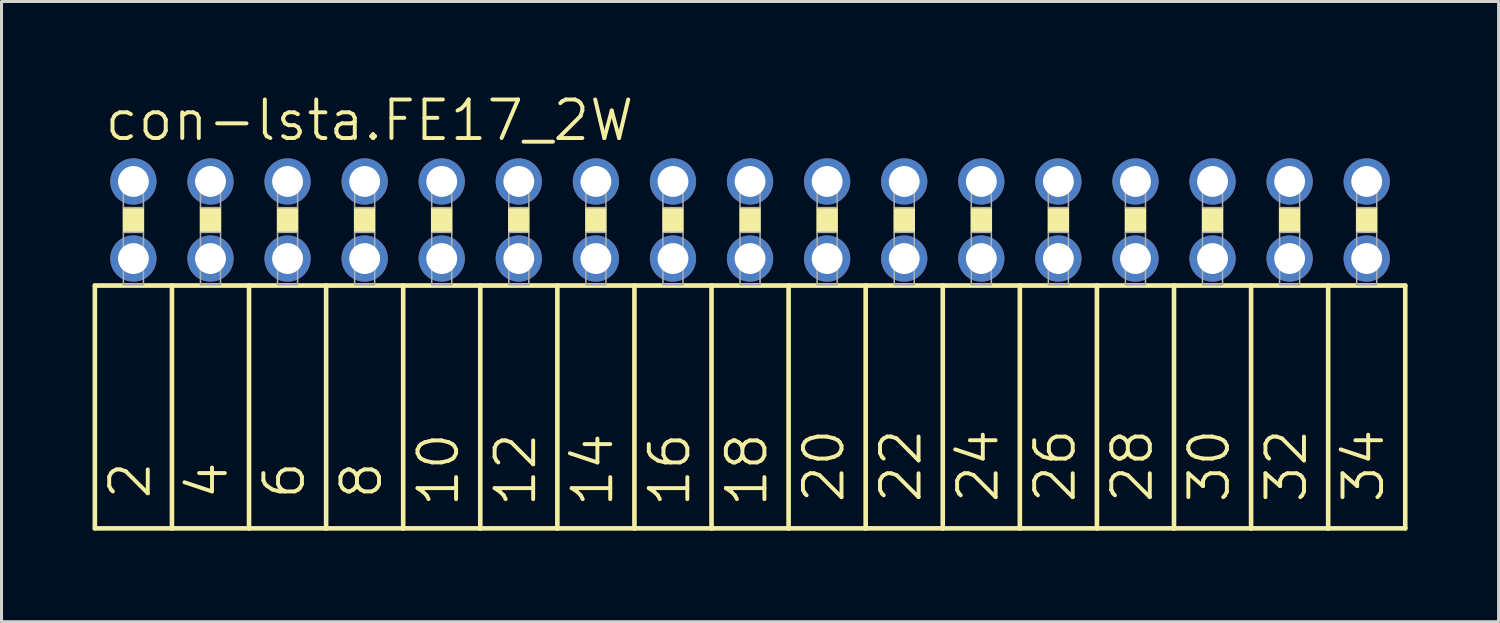
<source format=kicad_pcb>
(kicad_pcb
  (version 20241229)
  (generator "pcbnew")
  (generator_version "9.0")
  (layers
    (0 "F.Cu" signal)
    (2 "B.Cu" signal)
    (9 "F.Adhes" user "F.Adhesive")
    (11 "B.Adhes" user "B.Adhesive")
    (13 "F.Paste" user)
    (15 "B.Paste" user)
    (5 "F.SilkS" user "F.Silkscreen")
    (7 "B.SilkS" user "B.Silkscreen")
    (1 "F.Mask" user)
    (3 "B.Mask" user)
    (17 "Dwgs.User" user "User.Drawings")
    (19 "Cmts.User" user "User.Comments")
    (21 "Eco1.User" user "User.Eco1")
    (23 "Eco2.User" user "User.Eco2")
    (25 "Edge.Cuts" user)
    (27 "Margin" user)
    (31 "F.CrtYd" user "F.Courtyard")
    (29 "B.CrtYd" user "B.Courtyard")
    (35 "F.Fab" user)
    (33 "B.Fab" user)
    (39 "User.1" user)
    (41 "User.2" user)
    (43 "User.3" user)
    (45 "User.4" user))
  (footprint "con-lsta.FE17_2W"
    (layer "F.Cu")
    (at 21.666 4.2)
    (property "Reference" "con-lsta.FE17_2W" (at -21.336 -2.54 0) (layer "F.SilkS") (effects (font (size 1.27 1.27) (thickness 0.13)) (justify left bottom)))
    (attr through_hole)
    (fp_line (start -21.59 2.159) (end -21.59 10.16) (stroke (width 0.152) (type default)) (layer "F.SilkS"))
    (fp_line (start -21.59 2.159) (end -19.05 2.159) (stroke (width 0.152) (type default)) (layer "F.SilkS"))
    (fp_line (start -19.05 2.159) (end -19.05 10.16) (stroke (width 0.152) (type default)) (layer "F.SilkS"))
    (fp_line (start -19.05 2.159) (end -16.51 2.159) (stroke (width 0.152) (type default)) (layer "F.SilkS"))
    (fp_line (start -19.05 10.16) (end -21.59 10.16) (stroke (width 0.152) (type default)) (layer "F.SilkS"))
    (fp_line (start -16.51 2.159) (end -16.51 10.16) (stroke (width 0.152) (type default)) (layer "F.SilkS"))
    (fp_line (start -16.51 2.159) (end -13.97 2.159) (stroke (width 0.152) (type default)) (layer "F.SilkS"))
    (fp_line (start -16.51 10.16) (end -19.05 10.16) (stroke (width 0.152) (type default)) (layer "F.SilkS"))
    (fp_line (start -13.97 2.159) (end -13.97 10.16) (stroke (width 0.152) (type default)) (layer "F.SilkS"))
    (fp_line (start -13.97 10.16) (end -16.51 10.16) (stroke (width 0.152) (type default)) (layer "F.SilkS"))
    (fp_line (start -11.43 2.159) (end -13.97 2.159) (stroke (width 0.152) (type default)) (layer "F.SilkS"))
    (fp_line (start -11.43 2.159) (end -11.43 10.16) (stroke (width 0.152) (type default)) (layer "F.SilkS"))
    (fp_line (start -11.43 2.159) (end -8.89 2.159) (stroke (width 0.152) (type default)) (layer "F.SilkS"))
    (fp_line (start -11.43 10.16) (end -13.97 10.16) (stroke (width 0.152) (type default)) (layer "F.SilkS"))
    (fp_line (start -8.89 2.159) (end -8.89 10.16) (stroke (width 0.152) (type default)) (layer "F.SilkS"))
    (fp_line (start -8.89 2.159) (end -6.35 2.159) (stroke (width 0.152) (type default)) (layer "F.SilkS"))
    (fp_line (start -8.89 10.16) (end -11.43 10.16) (stroke (width 0.152) (type default)) (layer "F.SilkS"))
    (fp_line (start -6.35 2.159) (end -6.35 10.16) (stroke (width 0.152) (type default)) (layer "F.SilkS"))
    (fp_line (start -6.35 2.159) (end -3.81 2.159) (stroke (width 0.152) (type default)) (layer "F.SilkS"))
    (fp_line (start -6.35 10.16) (end -8.89 10.16) (stroke (width 0.152) (type default)) (layer "F.SilkS"))
    (fp_line (start -3.81 2.159) (end -3.81 10.16) (stroke (width 0.152) (type default)) (layer "F.SilkS"))
    (fp_line (start -3.81 2.159) (end -1.27 2.159) (stroke (width 0.152) (type default)) (layer "F.SilkS"))
    (fp_line (start -3.81 10.16) (end -6.35 10.16) (stroke (width 0.152) (type default)) (layer "F.SilkS"))
    (fp_line (start -1.27 2.159) (end -1.27 10.16) (stroke (width 0.152) (type default)) (layer "F.SilkS"))
    (fp_line (start -1.27 10.16) (end -3.81 10.16) (stroke (width 0.152) (type default)) (layer "F.SilkS"))
    (fp_line (start 1.27 2.159) (end -1.27 2.159) (stroke (width 0.152) (type default)) (layer "F.SilkS"))
    (fp_line (start 1.27 2.159) (end 1.27 10.16) (stroke (width 0.152) (type default)) (layer "F.SilkS"))
    (fp_line (start 1.27 2.159) (end 3.81 2.159) (stroke (width 0.152) (type default)) (layer "F.SilkS"))
    (fp_line (start 1.27 10.16) (end -1.27 10.16) (stroke (width 0.152) (type default)) (layer "F.SilkS"))
    (fp_line (start 3.81 2.159) (end 3.81 10.16) (stroke (width 0.152) (type default)) (layer "F.SilkS"))
    (fp_line (start 3.81 2.159) (end 6.35 2.159) (stroke (width 0.152) (type default)) (layer "F.SilkS"))
    (fp_line (start 3.81 10.16) (end 1.27 10.16) (stroke (width 0.152) (type default)) (layer "F.SilkS"))
    (fp_line (start 6.35 2.159) (end 6.35 10.16) (stroke (width 0.152) (type default)) (layer "F.SilkS"))
    (fp_line (start 6.35 2.159) (end 8.89 2.159) (stroke (width 0.152) (type default)) (layer "F.SilkS"))
    (fp_line (start 6.35 10.16) (end 3.81 10.16) (stroke (width 0.152) (type default)) (layer "F.SilkS"))
    (fp_line (start 8.89 2.159) (end 8.89 10.16) (stroke (width 0.152) (type default)) (layer "F.SilkS"))
    (fp_line (start 8.89 2.159) (end 11.43 2.159) (stroke (width 0.152) (type default)) (layer "F.SilkS"))
    (fp_line (start 8.89 10.16) (end 6.35 10.16) (stroke (width 0.152) (type default)) (layer "F.SilkS"))
    (fp_line (start 11.43 2.159) (end 11.43 10.16) (stroke (width 0.152) (type default)) (layer "F.SilkS"))
    (fp_line (start 11.43 10.16) (end 8.89 10.16) (stroke (width 0.152) (type default)) (layer "F.SilkS"))
    (fp_line (start 13.97 2.159) (end 11.43 2.159) (stroke (width 0.152) (type default)) (layer "F.SilkS"))
    (fp_line (start 13.97 2.159) (end 13.97 10.16) (stroke (width 0.152) (type default)) (layer "F.SilkS"))
    (fp_line (start 13.97 2.159) (end 16.51 2.159) (stroke (width 0.152) (type default)) (layer "F.SilkS"))
    (fp_line (start 13.97 10.16) (end 11.43 10.16) (stroke (width 0.152) (type default)) (layer "F.SilkS"))
    (fp_line (start 16.51 2.159) (end 16.51 10.16) (stroke (width 0.152) (type default)) (layer "F.SilkS"))
    (fp_line (start 16.51 2.159) (end 19.05 2.159) (stroke (width 0.152) (type default)) (layer "F.SilkS"))
    (fp_line (start 16.51 10.16) (end 13.97 10.16) (stroke (width 0.152) (type default)) (layer "F.SilkS"))
    (fp_line (start 19.05 2.159) (end 19.05 10.16) (stroke (width 0.152) (type default)) (layer "F.SilkS"))
    (fp_line (start 19.05 2.159) (end 21.59 2.159) (stroke (width 0.152) (type default)) (layer "F.SilkS"))
    (fp_line (start 19.05 10.16) (end 16.51 10.16) (stroke (width 0.152) (type default)) (layer "F.SilkS"))
    (fp_line (start 21.59 2.159) (end 21.59 10.16) (stroke (width 0.152) (type default)) (layer "F.SilkS"))
    (fp_line (start 21.59 10.16) (end 19.05 10.16) (stroke (width 0.152) (type default)) (layer "F.SilkS"))
    (fp_rect (start -20.65 0.406) (end -19.99 -0.406) (stroke (width 0.05) (type default)) (fill yes) (layer "F.SilkS"))
    (fp_rect (start -18.11 0.406) (end -17.45 -0.406) (stroke (width 0.05) (type default)) (fill yes) (layer "F.SilkS"))
    (fp_rect (start -15.57 0.406) (end -14.91 -0.406) (stroke (width 0.05) (type default)) (fill yes) (layer "F.SilkS"))
    (fp_rect (start -13.03 0.406) (end -12.37 -0.406) (stroke (width 0.05) (type default)) (fill yes) (layer "F.SilkS"))
    (fp_rect (start -10.49 0.406) (end -9.83 -0.406) (stroke (width 0.05) (type default)) (fill yes) (layer "F.SilkS"))
    (fp_rect (start -7.95 0.406) (end -7.29 -0.406) (stroke (width 0.05) (type default)) (fill yes) (layer "F.SilkS"))
    (fp_rect (start -5.41 0.406) (end -4.75 -0.406) (stroke (width 0.05) (type default)) (fill yes) (layer "F.SilkS"))
    (fp_rect (start -2.87 0.406) (end -2.21 -0.406) (stroke (width 0.05) (type default)) (fill yes) (layer "F.SilkS"))
    (fp_rect (start -0.33 0.406) (end 0.33 -0.406) (stroke (width 0.05) (type default)) (fill yes) (layer "F.SilkS"))
    (fp_rect (start 2.21 0.406) (end 2.87 -0.406) (stroke (width 0.05) (type default)) (fill yes) (layer "F.SilkS"))
    (fp_rect (start 4.75 0.406) (end 5.41 -0.406) (stroke (width 0.05) (type default)) (fill yes) (layer "F.SilkS"))
    (fp_rect (start 7.29 0.406) (end 7.95 -0.406) (stroke (width 0.05) (type default)) (fill yes) (layer "F.SilkS"))
    (fp_rect (start 9.83 0.406) (end 10.49 -0.406) (stroke (width 0.05) (type default)) (fill yes) (layer "F.SilkS"))
    (fp_rect (start 12.37 0.406) (end 13.03 -0.406) (stroke (width 0.05) (type default)) (fill yes) (layer "F.SilkS"))
    (fp_rect (start 14.91 0.406) (end 15.57 -0.406) (stroke (width 0.05) (type default)) (fill yes) (layer "F.SilkS"))
    (fp_rect (start 17.45 0.406) (end 18.11 -0.406) (stroke (width 0.05) (type default)) (fill yes) (layer "F.SilkS"))
    (fp_rect (start 19.99 0.406) (end 20.65 -0.406) (stroke (width 0.05) (type default)) (fill yes) (layer "F.SilkS"))
    (fp_rect (start -20.65 -0.406) (end -19.99 -1.575) (stroke (width 0.05) (type default)) (fill no) (layer "F.Fab"))
    (fp_rect (start -20.65 2.134) (end -19.99 0.406) (stroke (width 0.05) (type default)) (fill no) (layer "F.Fab"))
    (fp_rect (start -18.11 -0.406) (end -17.45 -1.575) (stroke (width 0.05) (type default)) (fill no) (layer "F.Fab"))
    (fp_rect (start -18.11 2.134) (end -17.45 0.406) (stroke (width 0.05) (type default)) (fill no) (layer "F.Fab"))
    (fp_rect (start -15.57 -0.406) (end -14.91 -1.575) (stroke (width 0.05) (type default)) (fill no) (layer "F.Fab"))
    (fp_rect (start -15.57 2.134) (end -14.91 0.406) (stroke (width 0.05) (type default)) (fill no) (layer "F.Fab"))
    (fp_rect (start -13.03 -0.406) (end -12.37 -1.575) (stroke (width 0.05) (type default)) (fill no) (layer "F.Fab"))
    (fp_rect (start -13.03 2.134) (end -12.37 0.406) (stroke (width 0.05) (type default)) (fill no) (layer "F.Fab"))
    (fp_rect (start -10.49 -0.406) (end -9.83 -1.575) (stroke (width 0.05) (type default)) (fill no) (layer "F.Fab"))
    (fp_rect (start -10.49 2.134) (end -9.83 0.406) (stroke (width 0.05) (type default)) (fill no) (layer "F.Fab"))
    (fp_rect (start -7.95 -0.406) (end -7.29 -1.575) (stroke (width 0.05) (type default)) (fill no) (layer "F.Fab"))
    (fp_rect (start -7.95 2.134) (end -7.29 0.406) (stroke (width 0.05) (type default)) (fill no) (layer "F.Fab"))
    (fp_rect (start -5.41 -0.406) (end -4.75 -1.575) (stroke (width 0.05) (type default)) (fill no) (layer "F.Fab"))
    (fp_rect (start -5.41 2.134) (end -4.75 0.406) (stroke (width 0.05) (type default)) (fill no) (layer "F.Fab"))
    (fp_rect (start -2.87 -0.406) (end -2.21 -1.575) (stroke (width 0.05) (type default)) (fill no) (layer "F.Fab"))
    (fp_rect (start -2.87 2.134) (end -2.21 0.406) (stroke (width 0.05) (type default)) (fill no) (layer "F.Fab"))
    (fp_rect (start -0.33 -0.406) (end 0.33 -1.575) (stroke (width 0.05) (type default)) (fill no) (layer "F.Fab"))
    (fp_rect (start -0.33 2.134) (end 0.33 0.406) (stroke (width 0.05) (type default)) (fill no) (layer "F.Fab"))
    (fp_rect (start 2.21 -0.406) (end 2.87 -1.575) (stroke (width 0.05) (type default)) (fill no) (layer "F.Fab"))
    (fp_rect (start 2.21 2.134) (end 2.87 0.406) (stroke (width 0.05) (type default)) (fill no) (layer "F.Fab"))
    (fp_rect (start 4.75 -0.406) (end 5.41 -1.575) (stroke (width 0.05) (type default)) (fill no) (layer "F.Fab"))
    (fp_rect (start 4.75 2.134) (end 5.41 0.406) (stroke (width 0.05) (type default)) (fill no) (layer "F.Fab"))
    (fp_rect (start 7.29 -0.406) (end 7.95 -1.575) (stroke (width 0.05) (type default)) (fill no) (layer "F.Fab"))
    (fp_rect (start 7.29 2.134) (end 7.95 0.406) (stroke (width 0.05) (type default)) (fill no) (layer "F.Fab"))
    (fp_rect (start 9.83 -0.406) (end 10.49 -1.575) (stroke (width 0.05) (type default)) (fill no) (layer "F.Fab"))
    (fp_rect (start 9.83 2.134) (end 10.49 0.406) (stroke (width 0.05) (type default)) (fill no) (layer "F.Fab"))
    (fp_rect (start 12.37 -0.406) (end 13.03 -1.575) (stroke (width 0.05) (type default)) (fill no) (layer "F.Fab"))
    (fp_rect (start 12.37 2.134) (end 13.03 0.406) (stroke (width 0.05) (type default)) (fill no) (layer "F.Fab"))
    (fp_rect (start 14.91 -0.406) (end 15.57 -1.575) (stroke (width 0.05) (type default)) (fill no) (layer "F.Fab"))
    (fp_rect (start 14.91 2.134) (end 15.57 0.406) (stroke (width 0.05) (type default)) (fill no) (layer "F.Fab"))
    (fp_rect (start 17.45 -0.406) (end 18.11 -1.575) (stroke (width 0.05) (type default)) (fill no) (layer "F.Fab"))
    (fp_rect (start 17.45 2.134) (end 18.11 0.406) (stroke (width 0.05) (type default)) (fill no) (layer "F.Fab"))
    (fp_rect (start 19.99 -0.406) (end 20.65 -1.575) (stroke (width 0.05) (type default)) (fill no) (layer "F.Fab"))
    (fp_rect (start 19.99 2.134) (end 20.65 0.406) (stroke (width 0.05) (type default)) (fill no) (layer "F.Fab"))
    (fp_text user "6" (at -14.605 9.271 90) (layer "F.SilkS") (effects (font (size 1.27 1.27) (thickness 0.13)) (justify left bottom)))
    (fp_text user "14" (at -4.445 9.525 90) (layer "F.SilkS") (effects (font (size 1.27 1.27) (thickness 0.13)) (justify left bottom)))
    (fp_text user "18" (at 0.635 9.525 90) (layer "F.SilkS") (effects (font (size 1.27 1.27) (thickness 0.13)) (justify left bottom)))
    (fp_text user "4" (at -17.145 9.271 90) (layer "F.SilkS") (effects (font (size 1.27 1.27) (thickness 0.13)) (justify left bottom)))
    (fp_text user "8" (at -12.065 9.271 90) (layer "F.SilkS") (effects (font (size 1.27 1.27) (thickness 0.13)) (justify left bottom)))
    (fp_text user "30" (at 15.875 9.398 90) (layer "F.SilkS") (effects (font (size 1.27 1.27) (thickness 0.13)) (justify left bottom)))
    (fp_text user "16" (at -1.905 9.525 90) (layer "F.SilkS") (effects (font (size 1.27 1.27) (thickness 0.13)) (justify left bottom)))
    (fp_text user "2" (at -19.685 9.271 90) (layer "F.SilkS") (effects (font (size 1.27 1.27) (thickness 0.13)) (justify left bottom)))
    (fp_text user "12" (at -6.985 9.525 90) (layer "F.SilkS") (effects (font (size 1.27 1.27) (thickness 0.13)) (justify left bottom)))
    (fp_text user "20" (at 3.175 9.398 90) (layer "F.SilkS") (effects (font (size 1.27 1.27) (thickness 0.13)) (justify left bottom)))
    (fp_text user "22" (at 5.715 9.398 90) (layer "F.SilkS") (effects (font (size 1.27 1.27) (thickness 0.13)) (justify left bottom)))
    (fp_text user "10" (at -9.525 9.525 90) (layer "F.SilkS") (effects (font (size 1.27 1.27) (thickness 0.13)) (justify left bottom)))
    (fp_text user "24" (at 8.255 9.398 90) (layer "F.SilkS") (effects (font (size 1.27 1.27) (thickness 0.13)) (justify left bottom)))
    (fp_text user "32" (at 18.415 9.398 90) (layer "F.SilkS") (effects (font (size 1.27 1.27) (thickness 0.13)) (justify left bottom)))
    (fp_text user "34" (at 20.955 9.398 90) (layer "F.SilkS") (effects (font (size 1.27 1.27) (thickness 0.13)) (justify left bottom)))
    (fp_text user "28" (at 13.335 9.398 90) (layer "F.SilkS") (effects (font (size 1.27 1.27) (thickness 0.13)) (justify left bottom)))
    (fp_text user "26" (at 10.795 9.398 90) (layer "F.SilkS") (effects (font (size 1.27 1.27) (thickness 0.13)) (justify left bottom)))
    (pad "1" thru_hole circle (at -20.32 -1.27) (size 1.524 1.524) (drill 1.016) (layers "*.Cu" "*.Mask"))
    (pad "2" thru_hole circle (at -20.32 1.27) (size 1.524 1.524) (drill 1.016) (layers "*.Cu" "*.Mask"))
    (pad "3" thru_hole circle (at -17.78 -1.27) (size 1.524 1.524) (drill 1.016) (layers "*.Cu" "*.Mask"))
    (pad "4" thru_hole circle (at -17.78 1.27) (size 1.524 1.524) (drill 1.016) (layers "*.Cu" "*.Mask"))
    (pad "5" thru_hole circle (at -15.24 -1.27) (size 1.524 1.524) (drill 1.016) (layers "*.Cu" "*.Mask"))
    (pad "6" thru_hole circle (at -15.24 1.27) (size 1.524 1.524) (drill 1.016) (layers "*.Cu" "*.Mask"))
    (pad "7" thru_hole circle (at -12.7 -1.27) (size 1.524 1.524) (drill 1.016) (layers "*.Cu" "*.Mask"))
    (pad "8" thru_hole circle (at -12.7 1.27) (size 1.524 1.524) (drill 1.016) (layers "*.Cu" "*.Mask"))
    (pad "9" thru_hole circle (at -10.16 -1.27) (size 1.524 1.524) (drill 1.016) (layers "*.Cu" "*.Mask"))
    (pad "10" thru_hole circle (at -10.16 1.27) (size 1.524 1.524) (drill 1.016) (layers "*.Cu" "*.Mask"))
    (pad "11" thru_hole circle (at -7.62 -1.27) (size 1.524 1.524) (drill 1.016) (layers "*.Cu" "*.Mask"))
    (pad "12" thru_hole circle (at -7.62 1.27) (size 1.524 1.524) (drill 1.016) (layers "*.Cu" "*.Mask"))
    (pad "13" thru_hole circle (at -5.08 -1.27) (size 1.524 1.524) (drill 1.016) (layers "*.Cu" "*.Mask"))
    (pad "14" thru_hole circle (at -5.08 1.27) (size 1.524 1.524) (drill 1.016) (layers "*.Cu" "*.Mask"))
    (pad "15" thru_hole circle (at -2.54 -1.27) (size 1.524 1.524) (drill 1.016) (layers "*.Cu" "*.Mask"))
    (pad "16" thru_hole circle (at -2.54 1.27) (size 1.524 1.524) (drill 1.016) (layers "*.Cu" "*.Mask"))
    (pad "17" thru_hole circle (at 0 -1.27) (size 1.524 1.524) (drill 1.016) (layers "*.Cu" "*.Mask"))
    (pad "18" thru_hole circle (at 0 1.27) (size 1.524 1.524) (drill 1.016) (layers "*.Cu" "*.Mask"))
    (pad "19" thru_hole circle (at 2.54 -1.27) (size 1.524 1.524) (drill 1.016) (layers "*.Cu" "*.Mask"))
    (pad "20" thru_hole circle (at 2.54 1.27) (size 1.524 1.524) (drill 1.016) (layers "*.Cu" "*.Mask"))
    (pad "21" thru_hole circle (at 5.08 -1.27) (size 1.524 1.524) (drill 1.016) (layers "*.Cu" "*.Mask"))
    (pad "22" thru_hole circle (at 5.08 1.27) (size 1.524 1.524) (drill 1.016) (layers "*.Cu" "*.Mask"))
    (pad "23" thru_hole circle (at 7.62 -1.27) (size 1.524 1.524) (drill 1.016) (layers "*.Cu" "*.Mask"))
    (pad "24" thru_hole circle (at 7.62 1.27) (size 1.524 1.524) (drill 1.016) (layers "*.Cu" "*.Mask"))
    (pad "25" thru_hole circle (at 10.16 -1.27) (size 1.524 1.524) (drill 1.016) (layers "*.Cu" "*.Mask"))
    (pad "26" thru_hole circle (at 10.16 1.27) (size 1.524 1.524) (drill 1.016) (layers "*.Cu" "*.Mask"))
    (pad "27" thru_hole circle (at 12.7 -1.27) (size 1.524 1.524) (drill 1.016) (layers "*.Cu" "*.Mask"))
    (pad "28" thru_hole circle (at 12.7 1.27) (size 1.524 1.524) (drill 1.016) (layers "*.Cu" "*.Mask"))
    (pad "29" thru_hole circle (at 15.24 -1.27) (size 1.524 1.524) (drill 1.016) (layers "*.Cu" "*.Mask"))
    (pad "30" thru_hole circle (at 15.24 1.27) (size 1.524 1.524) (drill 1.016) (layers "*.Cu" "*.Mask"))
    (pad "31" thru_hole circle (at 17.78 -1.27) (size 1.524 1.524) (drill 1.016) (layers "*.Cu" "*.Mask"))
    (pad "32" thru_hole circle (at 17.78 1.27) (size 1.524 1.524) (drill 1.016) (layers "*.Cu" "*.Mask"))
    (pad "33" thru_hole circle (at 20.32 -1.27) (size 1.524 1.524) (drill 1.016) (layers "*.Cu" "*.Mask"))
    (pad "34" thru_hole circle (at 20.32 1.27) (size 1.524 1.524) (drill 1.016) (layers "*.Cu" "*.Mask")))
  (gr_rect
    (start -3 -3)
    (end 46.332 17.436)
    (stroke (width 0.1) (type default))
    (fill no)
    (layer "Edge.Cuts")))
</source>
